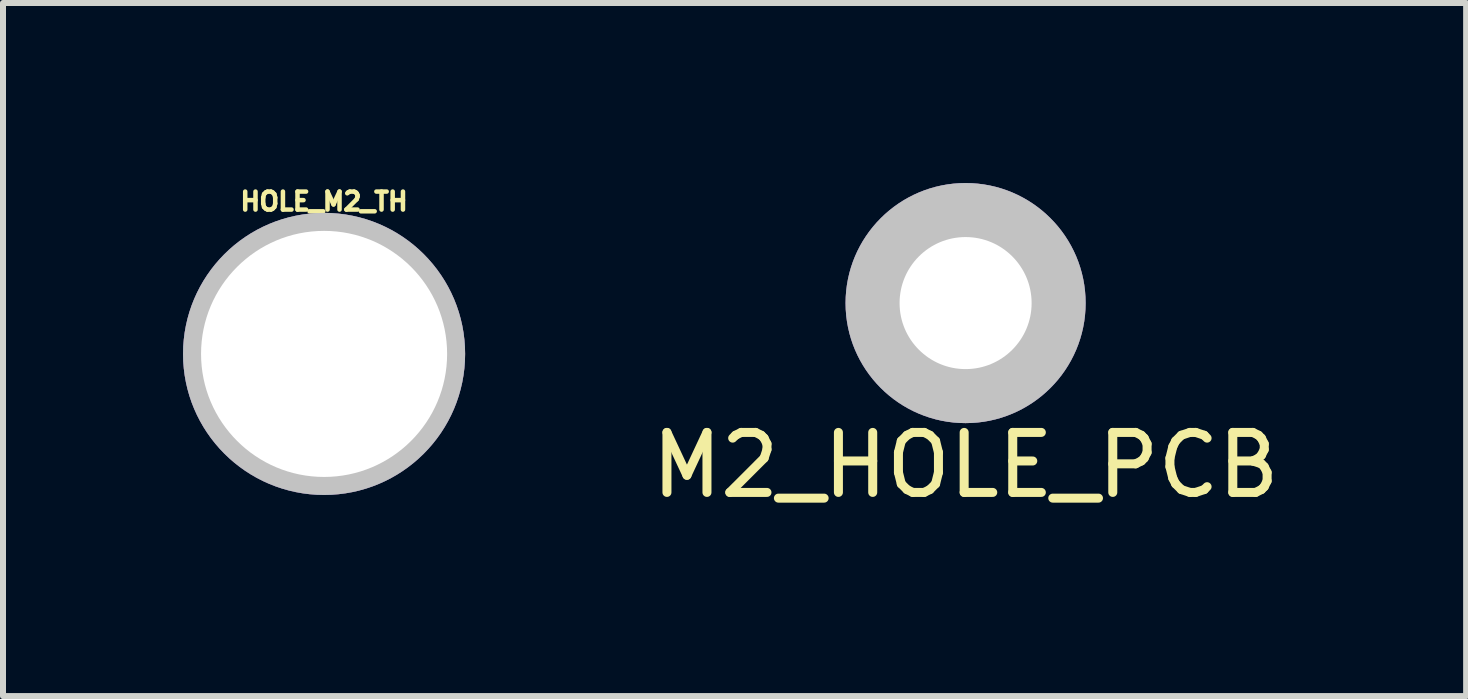
<source format=kicad_pcb>
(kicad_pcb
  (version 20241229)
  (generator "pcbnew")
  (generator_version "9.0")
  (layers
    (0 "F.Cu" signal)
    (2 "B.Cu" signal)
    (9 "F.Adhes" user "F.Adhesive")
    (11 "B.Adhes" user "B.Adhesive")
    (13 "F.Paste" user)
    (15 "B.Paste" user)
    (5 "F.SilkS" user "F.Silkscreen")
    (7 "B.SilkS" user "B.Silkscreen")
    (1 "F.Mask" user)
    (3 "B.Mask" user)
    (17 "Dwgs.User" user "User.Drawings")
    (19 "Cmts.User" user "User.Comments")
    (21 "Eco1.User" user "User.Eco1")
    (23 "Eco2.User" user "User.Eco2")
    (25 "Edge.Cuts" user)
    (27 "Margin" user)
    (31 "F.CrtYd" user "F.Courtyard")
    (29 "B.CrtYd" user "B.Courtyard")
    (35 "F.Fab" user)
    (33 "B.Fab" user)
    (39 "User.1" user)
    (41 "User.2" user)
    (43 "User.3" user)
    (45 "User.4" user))
  (footprint "M2_HOLE_PCB"
    (layer "F.Cu")
    (at 13.039 2)
    (property "Reference" "M2_HOLE_PCB" (at 0 2.7 0) (layer "F.SilkS") (effects (font (size 1 1) (thickness 0.15))))
    (attr through_hole)
    (pad "" thru_hole circle (at 0 0) (size 4 4) (drill 2.2) (layers "*.Cu" "*.Mask" "Dwgs.User")))
  (footprint "HOLE_M2_TH"
    (layer "F.Cu")
    (at 2.35 2.847)
    (property "Reference" "HOLE_M2_TH" (at 0 -2.54 0) (layer "F.SilkS") (effects (font (size 0.3 0.3) (thickness 0.076))))
    (attr through_hole)
    (pad "" thru_hole circle (at 0 0 90) (size 4.7 4.7) (drill 4.1) (layers "*.Cu" "*.Mask" "Dwgs.User")))
  (gr_rect
    (start -3 -3)
    (end 21.379 8.548)
    (stroke (width 0.1) (type default))
    (fill no)
    (layer "Edge.Cuts")))
</source>
